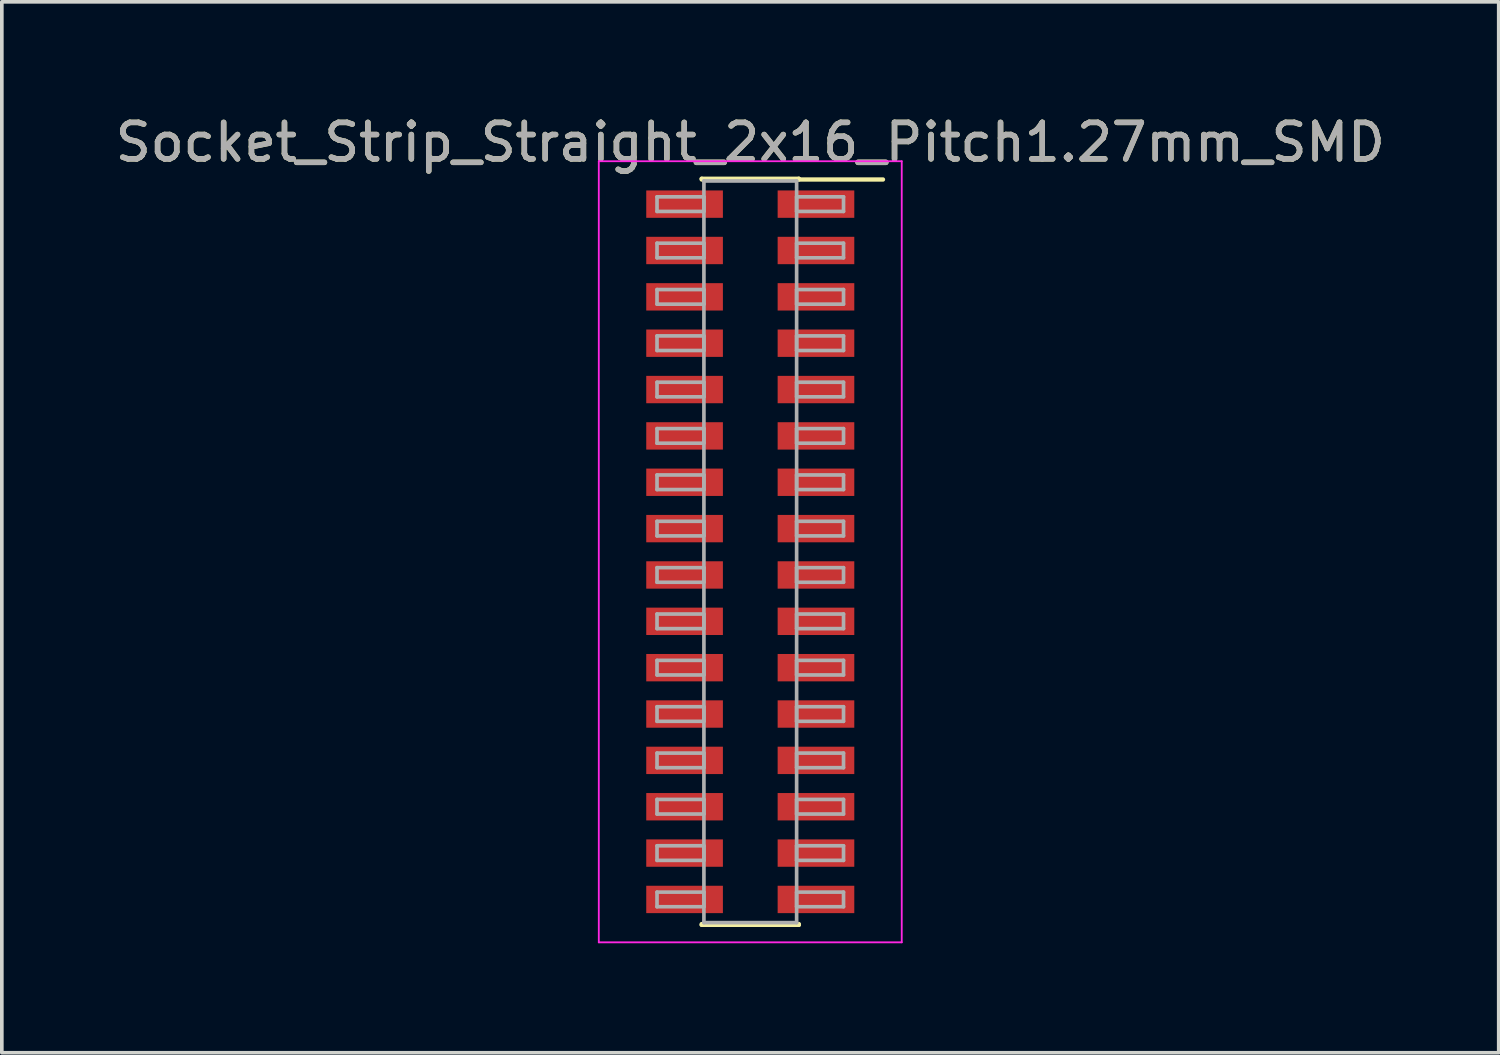
<source format=kicad_pcb>
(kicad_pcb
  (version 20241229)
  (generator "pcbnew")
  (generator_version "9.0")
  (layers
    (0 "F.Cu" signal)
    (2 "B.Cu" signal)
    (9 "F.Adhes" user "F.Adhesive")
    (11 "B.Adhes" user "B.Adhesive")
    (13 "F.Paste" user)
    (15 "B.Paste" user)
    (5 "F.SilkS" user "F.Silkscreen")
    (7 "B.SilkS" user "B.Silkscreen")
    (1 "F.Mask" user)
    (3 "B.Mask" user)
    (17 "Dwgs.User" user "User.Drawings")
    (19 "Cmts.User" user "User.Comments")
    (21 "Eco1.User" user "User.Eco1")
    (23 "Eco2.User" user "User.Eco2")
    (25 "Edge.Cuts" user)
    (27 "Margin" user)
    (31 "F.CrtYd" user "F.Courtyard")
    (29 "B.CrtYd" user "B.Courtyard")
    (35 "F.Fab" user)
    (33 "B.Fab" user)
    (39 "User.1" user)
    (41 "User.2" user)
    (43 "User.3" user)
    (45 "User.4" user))
  (footprint "Socket_Strip_Straight_2x16_Pitch1.27mm_SMD"
    (layer "F.Cu")
    (at 17.506 12.068)
    (property "Reference" "Socket_Strip_Straight_2x16_Pitch1.27mm_SMD" (at 0 -11.22 0) (layer "F.SilkS") (effects (font (size 1 1) (thickness 0.15))))
    (attr smd)
    (fp_line (start -1.33 -10.22) (end 1.33 -10.22) (stroke (width 0.12) (type solid)) (layer "F.SilkS"))
    (fp_line (start -1.33 -10.2) (end -1.33 -10.22) (stroke (width 0.12) (type solid)) (layer "F.SilkS"))
    (fp_line (start -1.33 10.2) (end -1.33 10.22) (stroke (width 0.12) (type solid)) (layer "F.SilkS"))
    (fp_line (start -1.33 10.22) (end 1.33 10.22) (stroke (width 0.12) (type solid)) (layer "F.SilkS"))
    (fp_line (start 1.33 -10.22) (end 1.33 -10.2) (stroke (width 0.12) (type solid)) (layer "F.SilkS"))
    (fp_line (start 1.33 10.22) (end 1.33 10.2) (stroke (width 0.12) (type solid)) (layer "F.SilkS"))
    (fp_line (start 3.635 -10.2) (end 1.33 -10.2) (stroke (width 0.12) (type solid)) (layer "F.SilkS"))
    (fp_line (start -4.15 -10.7) (end -4.15 10.7) (stroke (width 0.05) (type solid)) (layer "F.CrtYd"))
    (fp_line (start -4.15 10.7) (end 4.15 10.7) (stroke (width 0.05) (type solid)) (layer "F.CrtYd"))
    (fp_line (start 4.15 -10.7) (end -4.15 -10.7) (stroke (width 0.05) (type solid)) (layer "F.CrtYd"))
    (fp_line (start 4.15 10.7) (end 4.15 -10.7) (stroke (width 0.05) (type solid)) (layer "F.CrtYd"))
    (fp_line (start -2.555 -9.725) (end -1.27 -9.725) (stroke (width 0.1) (type solid)) (layer "F.Fab"))
    (fp_line (start -2.555 -9.325) (end -2.555 -9.725) (stroke (width 0.1) (type solid)) (layer "F.Fab"))
    (fp_line (start -2.555 -8.455) (end -1.27 -8.455) (stroke (width 0.1) (type solid)) (layer "F.Fab"))
    (fp_line (start -2.555 -8.055) (end -2.555 -8.455) (stroke (width 0.1) (type solid)) (layer "F.Fab"))
    (fp_line (start -2.555 -7.185) (end -1.27 -7.185) (stroke (width 0.1) (type solid)) (layer "F.Fab"))
    (fp_line (start -2.555 -6.785) (end -2.555 -7.185) (stroke (width 0.1) (type solid)) (layer "F.Fab"))
    (fp_line (start -2.555 -5.915) (end -1.27 -5.915) (stroke (width 0.1) (type solid)) (layer "F.Fab"))
    (fp_line (start -2.555 -5.515) (end -2.555 -5.915) (stroke (width 0.1) (type solid)) (layer "F.Fab"))
    (fp_line (start -2.555 -4.645) (end -1.27 -4.645) (stroke (width 0.1) (type solid)) (layer "F.Fab"))
    (fp_line (start -2.555 -4.245) (end -2.555 -4.645) (stroke (width 0.1) (type solid)) (layer "F.Fab"))
    (fp_line (start -2.555 -3.375) (end -1.27 -3.375) (stroke (width 0.1) (type solid)) (layer "F.Fab"))
    (fp_line (start -2.555 -2.975) (end -2.555 -3.375) (stroke (width 0.1) (type solid)) (layer "F.Fab"))
    (fp_line (start -2.555 -2.105) (end -1.27 -2.105) (stroke (width 0.1) (type solid)) (layer "F.Fab"))
    (fp_line (start -2.555 -1.705) (end -2.555 -2.105) (stroke (width 0.1) (type solid)) (layer "F.Fab"))
    (fp_line (start -2.555 -0.835) (end -1.27 -0.835) (stroke (width 0.1) (type solid)) (layer "F.Fab"))
    (fp_line (start -2.555 -0.435) (end -2.555 -0.835) (stroke (width 0.1) (type solid)) (layer "F.Fab"))
    (fp_line (start -2.555 0.435) (end -1.27 0.435) (stroke (width 0.1) (type solid)) (layer "F.Fab"))
    (fp_line (start -2.555 0.835) (end -2.555 0.435) (stroke (width 0.1) (type solid)) (layer "F.Fab"))
    (fp_line (start -2.555 1.705) (end -1.27 1.705) (stroke (width 0.1) (type solid)) (layer "F.Fab"))
    (fp_line (start -2.555 2.105) (end -2.555 1.705) (stroke (width 0.1) (type solid)) (layer "F.Fab"))
    (fp_line (start -2.555 2.975) (end -1.27 2.975) (stroke (width 0.1) (type solid)) (layer "F.Fab"))
    (fp_line (start -2.555 3.375) (end -2.555 2.975) (stroke (width 0.1) (type solid)) (layer "F.Fab"))
    (fp_line (start -2.555 4.245) (end -1.27 4.245) (stroke (width 0.1) (type solid)) (layer "F.Fab"))
    (fp_line (start -2.555 4.645) (end -2.555 4.245) (stroke (width 0.1) (type solid)) (layer "F.Fab"))
    (fp_line (start -2.555 5.515) (end -1.27 5.515) (stroke (width 0.1) (type solid)) (layer "F.Fab"))
    (fp_line (start -2.555 5.915) (end -2.555 5.515) (stroke (width 0.1) (type solid)) (layer "F.Fab"))
    (fp_line (start -2.555 6.785) (end -1.27 6.785) (stroke (width 0.1) (type solid)) (layer "F.Fab"))
    (fp_line (start -2.555 7.185) (end -2.555 6.785) (stroke (width 0.1) (type solid)) (layer "F.Fab"))
    (fp_line (start -2.555 8.055) (end -1.27 8.055) (stroke (width 0.1) (type solid)) (layer "F.Fab"))
    (fp_line (start -2.555 8.455) (end -2.555 8.055) (stroke (width 0.1) (type solid)) (layer "F.Fab"))
    (fp_line (start -2.555 9.325) (end -1.27 9.325) (stroke (width 0.1) (type solid)) (layer "F.Fab"))
    (fp_line (start -2.555 9.725) (end -2.555 9.325) (stroke (width 0.1) (type solid)) (layer "F.Fab"))
    (fp_line (start -1.27 -10.16) (end -1.27 10.16) (stroke (width 0.1) (type solid)) (layer "F.Fab"))
    (fp_line (start -1.27 -9.725) (end -1.27 -9.325) (stroke (width 0.1) (type solid)) (layer "F.Fab"))
    (fp_line (start -1.27 -9.325) (end -2.555 -9.325) (stroke (width 0.1) (type solid)) (layer "F.Fab"))
    (fp_line (start -1.27 -8.455) (end -1.27 -8.055) (stroke (width 0.1) (type solid)) (layer "F.Fab"))
    (fp_line (start -1.27 -8.055) (end -2.555 -8.055) (stroke (width 0.1) (type solid)) (layer "F.Fab"))
    (fp_line (start -1.27 -7.185) (end -1.27 -6.785) (stroke (width 0.1) (type solid)) (layer "F.Fab"))
    (fp_line (start -1.27 -6.785) (end -2.555 -6.785) (stroke (width 0.1) (type solid)) (layer "F.Fab"))
    (fp_line (start -1.27 -5.915) (end -1.27 -5.515) (stroke (width 0.1) (type solid)) (layer "F.Fab"))
    (fp_line (start -1.27 -5.515) (end -2.555 -5.515) (stroke (width 0.1) (type solid)) (layer "F.Fab"))
    (fp_line (start -1.27 -4.645) (end -1.27 -4.245) (stroke (width 0.1) (type solid)) (layer "F.Fab"))
    (fp_line (start -1.27 -4.245) (end -2.555 -4.245) (stroke (width 0.1) (type solid)) (layer "F.Fab"))
    (fp_line (start -1.27 -3.375) (end -1.27 -2.975) (stroke (width 0.1) (type solid)) (layer "F.Fab"))
    (fp_line (start -1.27 -2.975) (end -2.555 -2.975) (stroke (width 0.1) (type solid)) (layer "F.Fab"))
    (fp_line (start -1.27 -2.105) (end -1.27 -1.705) (stroke (width 0.1) (type solid)) (layer "F.Fab"))
    (fp_line (start -1.27 -1.705) (end -2.555 -1.705) (stroke (width 0.1) (type solid)) (layer "F.Fab"))
    (fp_line (start -1.27 -0.835) (end -1.27 -0.435) (stroke (width 0.1) (type solid)) (layer "F.Fab"))
    (fp_line (start -1.27 -0.435) (end -2.555 -0.435) (stroke (width 0.1) (type solid)) (layer "F.Fab"))
    (fp_line (start -1.27 0.435) (end -1.27 0.835) (stroke (width 0.1) (type solid)) (layer "F.Fab"))
    (fp_line (start -1.27 0.835) (end -2.555 0.835) (stroke (width 0.1) (type solid)) (layer "F.Fab"))
    (fp_line (start -1.27 1.705) (end -1.27 2.105) (stroke (width 0.1) (type solid)) (layer "F.Fab"))
    (fp_line (start -1.27 2.105) (end -2.555 2.105) (stroke (width 0.1) (type solid)) (layer "F.Fab"))
    (fp_line (start -1.27 2.975) (end -1.27 3.375) (stroke (width 0.1) (type solid)) (layer "F.Fab"))
    (fp_line (start -1.27 3.375) (end -2.555 3.375) (stroke (width 0.1) (type solid)) (layer "F.Fab"))
    (fp_line (start -1.27 4.245) (end -1.27 4.645) (stroke (width 0.1) (type solid)) (layer "F.Fab"))
    (fp_line (start -1.27 4.645) (end -2.555 4.645) (stroke (width 0.1) (type solid)) (layer "F.Fab"))
    (fp_line (start -1.27 5.515) (end -1.27 5.915) (stroke (width 0.1) (type solid)) (layer "F.Fab"))
    (fp_line (start -1.27 5.915) (end -2.555 5.915) (stroke (width 0.1) (type solid)) (layer "F.Fab"))
    (fp_line (start -1.27 6.785) (end -1.27 7.185) (stroke (width 0.1) (type solid)) (layer "F.Fab"))
    (fp_line (start -1.27 7.185) (end -2.555 7.185) (stroke (width 0.1) (type solid)) (layer "F.Fab"))
    (fp_line (start -1.27 8.055) (end -1.27 8.455) (stroke (width 0.1) (type solid)) (layer "F.Fab"))
    (fp_line (start -1.27 8.455) (end -2.555 8.455) (stroke (width 0.1) (type solid)) (layer "F.Fab"))
    (fp_line (start -1.27 9.325) (end -1.27 9.725) (stroke (width 0.1) (type solid)) (layer "F.Fab"))
    (fp_line (start -1.27 9.725) (end -2.555 9.725) (stroke (width 0.1) (type solid)) (layer "F.Fab"))
    (fp_line (start -1.27 10.16) (end 1.27 10.16) (stroke (width 0.1) (type solid)) (layer "F.Fab"))
    (fp_line (start 1.27 -10.16) (end -1.27 -10.16) (stroke (width 0.1) (type solid)) (layer "F.Fab"))
    (fp_line (start 1.27 -9.725) (end 1.27 -9.325) (stroke (width 0.1) (type solid)) (layer "F.Fab"))
    (fp_line (start 1.27 -9.325) (end 2.555 -9.325) (stroke (width 0.1) (type solid)) (layer "F.Fab"))
    (fp_line (start 1.27 -8.455) (end 1.27 -8.055) (stroke (width 0.1) (type solid)) (layer "F.Fab"))
    (fp_line (start 1.27 -8.055) (end 2.555 -8.055) (stroke (width 0.1) (type solid)) (layer "F.Fab"))
    (fp_line (start 1.27 -7.185) (end 1.27 -6.785) (stroke (width 0.1) (type solid)) (layer "F.Fab"))
    (fp_line (start 1.27 -6.785) (end 2.555 -6.785) (stroke (width 0.1) (type solid)) (layer "F.Fab"))
    (fp_line (start 1.27 -5.915) (end 1.27 -5.515) (stroke (width 0.1) (type solid)) (layer "F.Fab"))
    (fp_line (start 1.27 -5.515) (end 2.555 -5.515) (stroke (width 0.1) (type solid)) (layer "F.Fab"))
    (fp_line (start 1.27 -4.645) (end 1.27 -4.245) (stroke (width 0.1) (type solid)) (layer "F.Fab"))
    (fp_line (start 1.27 -4.245) (end 2.555 -4.245) (stroke (width 0.1) (type solid)) (layer "F.Fab"))
    (fp_line (start 1.27 -3.375) (end 1.27 -2.975) (stroke (width 0.1) (type solid)) (layer "F.Fab"))
    (fp_line (start 1.27 -2.975) (end 2.555 -2.975) (stroke (width 0.1) (type solid)) (layer "F.Fab"))
    (fp_line (start 1.27 -2.105) (end 1.27 -1.705) (stroke (width 0.1) (type solid)) (layer "F.Fab"))
    (fp_line (start 1.27 -1.705) (end 2.555 -1.705) (stroke (width 0.1) (type solid)) (layer "F.Fab"))
    (fp_line (start 1.27 -0.835) (end 1.27 -0.435) (stroke (width 0.1) (type solid)) (layer "F.Fab"))
    (fp_line (start 1.27 -0.435) (end 2.555 -0.435) (stroke (width 0.1) (type solid)) (layer "F.Fab"))
    (fp_line (start 1.27 0.435) (end 1.27 0.835) (stroke (width 0.1) (type solid)) (layer "F.Fab"))
    (fp_line (start 1.27 0.835) (end 2.555 0.835) (stroke (width 0.1) (type solid)) (layer "F.Fab"))
    (fp_line (start 1.27 1.705) (end 1.27 2.105) (stroke (width 0.1) (type solid)) (layer "F.Fab"))
    (fp_line (start 1.27 2.105) (end 2.555 2.105) (stroke (width 0.1) (type solid)) (layer "F.Fab"))
    (fp_line (start 1.27 2.975) (end 1.27 3.375) (stroke (width 0.1) (type solid)) (layer "F.Fab"))
    (fp_line (start 1.27 3.375) (end 2.555 3.375) (stroke (width 0.1) (type solid)) (layer "F.Fab"))
    (fp_line (start 1.27 4.245) (end 1.27 4.645) (stroke (width 0.1) (type solid)) (layer "F.Fab"))
    (fp_line (start 1.27 4.645) (end 2.555 4.645) (stroke (width 0.1) (type solid)) (layer "F.Fab"))
    (fp_line (start 1.27 5.515) (end 1.27 5.915) (stroke (width 0.1) (type solid)) (layer "F.Fab"))
    (fp_line (start 1.27 5.915) (end 2.555 5.915) (stroke (width 0.1) (type solid)) (layer "F.Fab"))
    (fp_line (start 1.27 6.785) (end 1.27 7.185) (stroke (width 0.1) (type solid)) (layer "F.Fab"))
    (fp_line (start 1.27 7.185) (end 2.555 7.185) (stroke (width 0.1) (type solid)) (layer "F.Fab"))
    (fp_line (start 1.27 8.055) (end 1.27 8.455) (stroke (width 0.1) (type solid)) (layer "F.Fab"))
    (fp_line (start 1.27 8.455) (end 2.555 8.455) (stroke (width 0.1) (type solid)) (layer "F.Fab"))
    (fp_line (start 1.27 9.325) (end 1.27 9.725) (stroke (width 0.1) (type solid)) (layer "F.Fab"))
    (fp_line (start 1.27 9.725) (end 2.555 9.725) (stroke (width 0.1) (type solid)) (layer "F.Fab"))
    (fp_line (start 1.27 10.16) (end 1.27 -10.16) (stroke (width 0.1) (type solid)) (layer "F.Fab"))
    (fp_line (start 2.555 -9.725) (end 1.27 -9.725) (stroke (width 0.1) (type solid)) (layer "F.Fab"))
    (fp_line (start 2.555 -9.325) (end 2.555 -9.725) (stroke (width 0.1) (type solid)) (layer "F.Fab"))
    (fp_line (start 2.555 -8.455) (end 1.27 -8.455) (stroke (width 0.1) (type solid)) (layer "F.Fab"))
    (fp_line (start 2.555 -8.055) (end 2.555 -8.455) (stroke (width 0.1) (type solid)) (layer "F.Fab"))
    (fp_line (start 2.555 -7.185) (end 1.27 -7.185) (stroke (width 0.1) (type solid)) (layer "F.Fab"))
    (fp_line (start 2.555 -6.785) (end 2.555 -7.185) (stroke (width 0.1) (type solid)) (layer "F.Fab"))
    (fp_line (start 2.555 -5.915) (end 1.27 -5.915) (stroke (width 0.1) (type solid)) (layer "F.Fab"))
    (fp_line (start 2.555 -5.515) (end 2.555 -5.915) (stroke (width 0.1) (type solid)) (layer "F.Fab"))
    (fp_line (start 2.555 -4.645) (end 1.27 -4.645) (stroke (width 0.1) (type solid)) (layer "F.Fab"))
    (fp_line (start 2.555 -4.245) (end 2.555 -4.645) (stroke (width 0.1) (type solid)) (layer "F.Fab"))
    (fp_line (start 2.555 -3.375) (end 1.27 -3.375) (stroke (width 0.1) (type solid)) (layer "F.Fab"))
    (fp_line (start 2.555 -2.975) (end 2.555 -3.375) (stroke (width 0.1) (type solid)) (layer "F.Fab"))
    (fp_line (start 2.555 -2.105) (end 1.27 -2.105) (stroke (width 0.1) (type solid)) (layer "F.Fab"))
    (fp_line (start 2.555 -1.705) (end 2.555 -2.105) (stroke (width 0.1) (type solid)) (layer "F.Fab"))
    (fp_line (start 2.555 -0.835) (end 1.27 -0.835) (stroke (width 0.1) (type solid)) (layer "F.Fab"))
    (fp_line (start 2.555 -0.435) (end 2.555 -0.835) (stroke (width 0.1) (type solid)) (layer "F.Fab"))
    (fp_line (start 2.555 0.435) (end 1.27 0.435) (stroke (width 0.1) (type solid)) (layer "F.Fab"))
    (fp_line (start 2.555 0.835) (end 2.555 0.435) (stroke (width 0.1) (type solid)) (layer "F.Fab"))
    (fp_line (start 2.555 1.705) (end 1.27 1.705) (stroke (width 0.1) (type solid)) (layer "F.Fab"))
    (fp_line (start 2.555 2.105) (end 2.555 1.705) (stroke (width 0.1) (type solid)) (layer "F.Fab"))
    (fp_line (start 2.555 2.975) (end 1.27 2.975) (stroke (width 0.1) (type solid)) (layer "F.Fab"))
    (fp_line (start 2.555 3.375) (end 2.555 2.975) (stroke (width 0.1) (type solid)) (layer "F.Fab"))
    (fp_line (start 2.555 4.245) (end 1.27 4.245) (stroke (width 0.1) (type solid)) (layer "F.Fab"))
    (fp_line (start 2.555 4.645) (end 2.555 4.245) (stroke (width 0.1) (type solid)) (layer "F.Fab"))
    (fp_line (start 2.555 5.515) (end 1.27 5.515) (stroke (width 0.1) (type solid)) (layer "F.Fab"))
    (fp_line (start 2.555 5.915) (end 2.555 5.515) (stroke (width 0.1) (type solid)) (layer "F.Fab"))
    (fp_line (start 2.555 6.785) (end 1.27 6.785) (stroke (width 0.1) (type solid)) (layer "F.Fab"))
    (fp_line (start 2.555 7.185) (end 2.555 6.785) (stroke (width 0.1) (type solid)) (layer "F.Fab"))
    (fp_line (start 2.555 8.055) (end 1.27 8.055) (stroke (width 0.1) (type solid)) (layer "F.Fab"))
    (fp_line (start 2.555 8.455) (end 2.555 8.055) (stroke (width 0.1) (type solid)) (layer "F.Fab"))
    (fp_line (start 2.555 9.325) (end 1.27 9.325) (stroke (width 0.1) (type solid)) (layer "F.Fab"))
    (fp_line (start 2.555 9.725) (end 2.555 9.325) (stroke (width 0.1) (type solid)) (layer "F.Fab"))
    (fp_text user "${REFERENCE}" (at 0 -11.22 0) (layer "F.Fab") (effects (font (size 1 1) (thickness 0.15))))
    (pad "1" smd rect (at 1.8 -9.525) (size 2.1 0.75) (layers "F.Cu" "F.Mask" "F.Paste"))
    (pad "2" smd rect (at -1.8 -9.525) (size 2.1 0.75) (layers "F.Cu" "F.Mask" "F.Paste"))
    (pad "3" smd rect (at 1.8 -8.255) (size 2.1 0.75) (layers "F.Cu" "F.Mask" "F.Paste"))
    (pad "4" smd rect (at -1.8 -8.255) (size 2.1 0.75) (layers "F.Cu" "F.Mask" "F.Paste"))
    (pad "5" smd rect (at 1.8 -6.985) (size 2.1 0.75) (layers "F.Cu" "F.Mask" "F.Paste"))
    (pad "6" smd rect (at -1.8 -6.985) (size 2.1 0.75) (layers "F.Cu" "F.Mask" "F.Paste"))
    (pad "7" smd rect (at 1.8 -5.715) (size 2.1 0.75) (layers "F.Cu" "F.Mask" "F.Paste"))
    (pad "8" smd rect (at -1.8 -5.715) (size 2.1 0.75) (layers "F.Cu" "F.Mask" "F.Paste"))
    (pad "9" smd rect (at 1.8 -4.445) (size 2.1 0.75) (layers "F.Cu" "F.Mask" "F.Paste"))
    (pad "10" smd rect (at -1.8 -4.445) (size 2.1 0.75) (layers "F.Cu" "F.Mask" "F.Paste"))
    (pad "11" smd rect (at 1.8 -3.175) (size 2.1 0.75) (layers "F.Cu" "F.Mask" "F.Paste"))
    (pad "12" smd rect (at -1.8 -3.175) (size 2.1 0.75) (layers "F.Cu" "F.Mask" "F.Paste"))
    (pad "13" smd rect (at 1.8 -1.905) (size 2.1 0.75) (layers "F.Cu" "F.Mask" "F.Paste"))
    (pad "14" smd rect (at -1.8 -1.905) (size 2.1 0.75) (layers "F.Cu" "F.Mask" "F.Paste"))
    (pad "15" smd rect (at 1.8 -0.635) (size 2.1 0.75) (layers "F.Cu" "F.Mask" "F.Paste"))
    (pad "16" smd rect (at -1.8 -0.635) (size 2.1 0.75) (layers "F.Cu" "F.Mask" "F.Paste"))
    (pad "17" smd rect (at 1.8 0.635) (size 2.1 0.75) (layers "F.Cu" "F.Mask" "F.Paste"))
    (pad "18" smd rect (at -1.8 0.635) (size 2.1 0.75) (layers "F.Cu" "F.Mask" "F.Paste"))
    (pad "19" smd rect (at 1.8 1.905) (size 2.1 0.75) (layers "F.Cu" "F.Mask" "F.Paste"))
    (pad "20" smd rect (at -1.8 1.905) (size 2.1 0.75) (layers "F.Cu" "F.Mask" "F.Paste"))
    (pad "21" smd rect (at 1.8 3.175) (size 2.1 0.75) (layers "F.Cu" "F.Mask" "F.Paste"))
    (pad "22" smd rect (at -1.8 3.175) (size 2.1 0.75) (layers "F.Cu" "F.Mask" "F.Paste"))
    (pad "23" smd rect (at 1.8 4.445) (size 2.1 0.75) (layers "F.Cu" "F.Mask" "F.Paste"))
    (pad "24" smd rect (at -1.8 4.445) (size 2.1 0.75) (layers "F.Cu" "F.Mask" "F.Paste"))
    (pad "25" smd rect (at 1.8 5.715) (size 2.1 0.75) (layers "F.Cu" "F.Mask" "F.Paste"))
    (pad "26" smd rect (at -1.8 5.715) (size 2.1 0.75) (layers "F.Cu" "F.Mask" "F.Paste"))
    (pad "27" smd rect (at 1.8 6.985) (size 2.1 0.75) (layers "F.Cu" "F.Mask" "F.Paste"))
    (pad "28" smd rect (at -1.8 6.985) (size 2.1 0.75) (layers "F.Cu" "F.Mask" "F.Paste"))
    (pad "29" smd rect (at 1.8 8.255) (size 2.1 0.75) (layers "F.Cu" "F.Mask" "F.Paste"))
    (pad "30" smd rect (at -1.8 8.255) (size 2.1 0.75) (layers "F.Cu" "F.Mask" "F.Paste"))
    (pad "31" smd rect (at 1.8 9.525) (size 2.1 0.75) (layers "F.Cu" "F.Mask" "F.Paste"))
    (pad "32" smd rect (at -1.8 9.525) (size 2.1 0.75) (layers "F.Cu" "F.Mask" "F.Paste")))
  (gr_rect
    (start -3 -3)
    (end 38.012 25.793)
    (stroke (width 0.1) (type default))
    (fill no)
    (layer "Edge.Cuts")))
</source>
